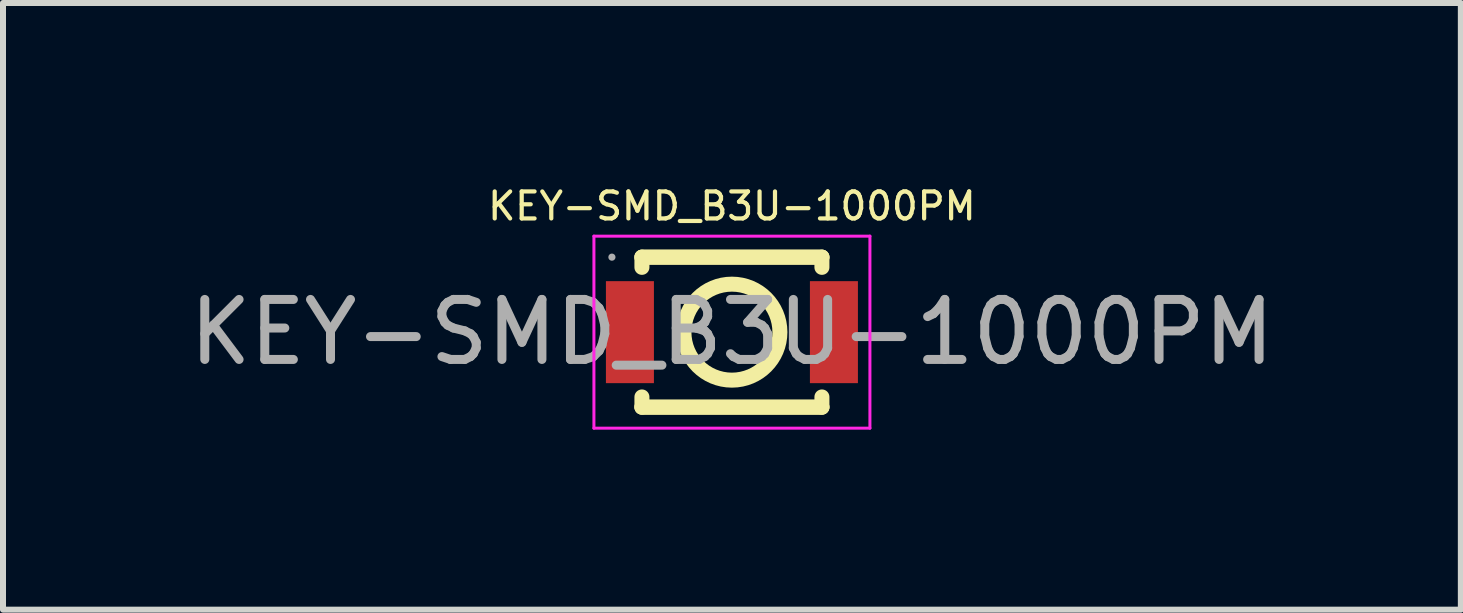
<source format=kicad_pcb>
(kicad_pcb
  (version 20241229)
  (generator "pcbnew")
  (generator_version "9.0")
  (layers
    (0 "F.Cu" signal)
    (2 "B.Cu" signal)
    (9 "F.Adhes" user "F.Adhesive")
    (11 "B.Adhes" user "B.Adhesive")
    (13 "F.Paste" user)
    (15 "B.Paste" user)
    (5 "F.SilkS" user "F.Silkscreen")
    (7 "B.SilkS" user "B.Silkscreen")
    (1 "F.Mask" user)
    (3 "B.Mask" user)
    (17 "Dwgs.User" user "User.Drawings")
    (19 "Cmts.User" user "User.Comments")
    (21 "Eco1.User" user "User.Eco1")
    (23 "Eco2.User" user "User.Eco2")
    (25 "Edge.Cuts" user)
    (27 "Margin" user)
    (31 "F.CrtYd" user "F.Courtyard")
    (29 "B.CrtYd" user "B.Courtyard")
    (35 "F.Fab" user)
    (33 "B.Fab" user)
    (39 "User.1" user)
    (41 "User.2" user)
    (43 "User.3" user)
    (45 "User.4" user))
  (footprint "KEY-SMD_B3U-1000PM"
    (layer "F.Cu")
    (at 9.149 2.486)
    (property "Reference" "KEY-SMD_B3U-1000PM" (at 0 -2.1 0) (layer "F.SilkS") (effects (font (size 0.45 0.45) (thickness 0.07))))
    (attr smd)
    (fp_line (start -1.5 -1.25) (end 1.5 -1.25) (stroke (width 0.25) (type solid)) (layer "F.SilkS"))
    (fp_line (start -1.5 -1.25) (end 1.5 -1.25) (stroke (width 0.25) (type solid)) (layer "F.SilkS"))
    (fp_line (start -1.5 -1.08) (end -1.5 -1.25) (stroke (width 0.25) (type solid)) (layer "F.SilkS"))
    (fp_line (start -1.5 1.25) (end -1.5 1.08) (stroke (width 0.25) (type solid)) (layer "F.SilkS"))
    (fp_line (start -1.5 1.25) (end 1.5 1.25) (stroke (width 0.25) (type solid)) (layer "F.SilkS"))
    (fp_line (start 1.5 -1.25) (end 1.5 -1.08) (stroke (width 0.25) (type solid)) (layer "F.SilkS"))
    (fp_line (start 1.5 1.08) (end 1.5 1.25) (stroke (width 0.25) (type solid)) (layer "F.SilkS"))
    (fp_line (start 1.5 1.25) (end -1.5 1.25) (stroke (width 0.25) (type solid)) (layer "F.SilkS"))
    (fp_circle (center 0 0) (end 0.8 0) (stroke (width 0.25) (type solid)) (fill no) (layer "F.SilkS"))
    (fp_line (start -2.3 -1.6) (end -2.3 1.6) (stroke (width 0.05) (type default)) (layer "F.CrtYd"))
    (fp_line (start -2.3 -1.6) (end 2.3 -1.6) (stroke (width 0.05) (type default)) (layer "F.CrtYd"))
    (fp_line (start 2.3 -1.6) (end 2.3 1.6) (stroke (width 0.05) (type default)) (layer "F.CrtYd"))
    (fp_line (start 2.3 1.6) (end -2.3 1.6) (stroke (width 0.05) (type default)) (layer "F.CrtYd"))
    (fp_circle (center -2 -1.25) (end -1.97 -1.25) (stroke (width 0.06) (type solid)) (fill no) (layer "F.Fab"))
    (fp_text user "${REFERENCE}" (at 0 0 0) (layer "F.Fab") (effects (font (size 1 1) (thickness 0.15))))
    (pad "1" smd rect (at -1.7 0) (size 0.8 1.7) (layers "F.Cu" "F.Mask" "F.Paste"))
    (pad "2" smd rect (at 1.7 0) (size 0.8 1.7) (layers "F.Cu" "F.Mask" "F.Paste")))
  (gr_rect
    (start -3 -3)
    (end 21.298 7.111)
    (stroke (width 0.1) (type default))
    (fill no)
    (layer "Edge.Cuts")))
</source>
